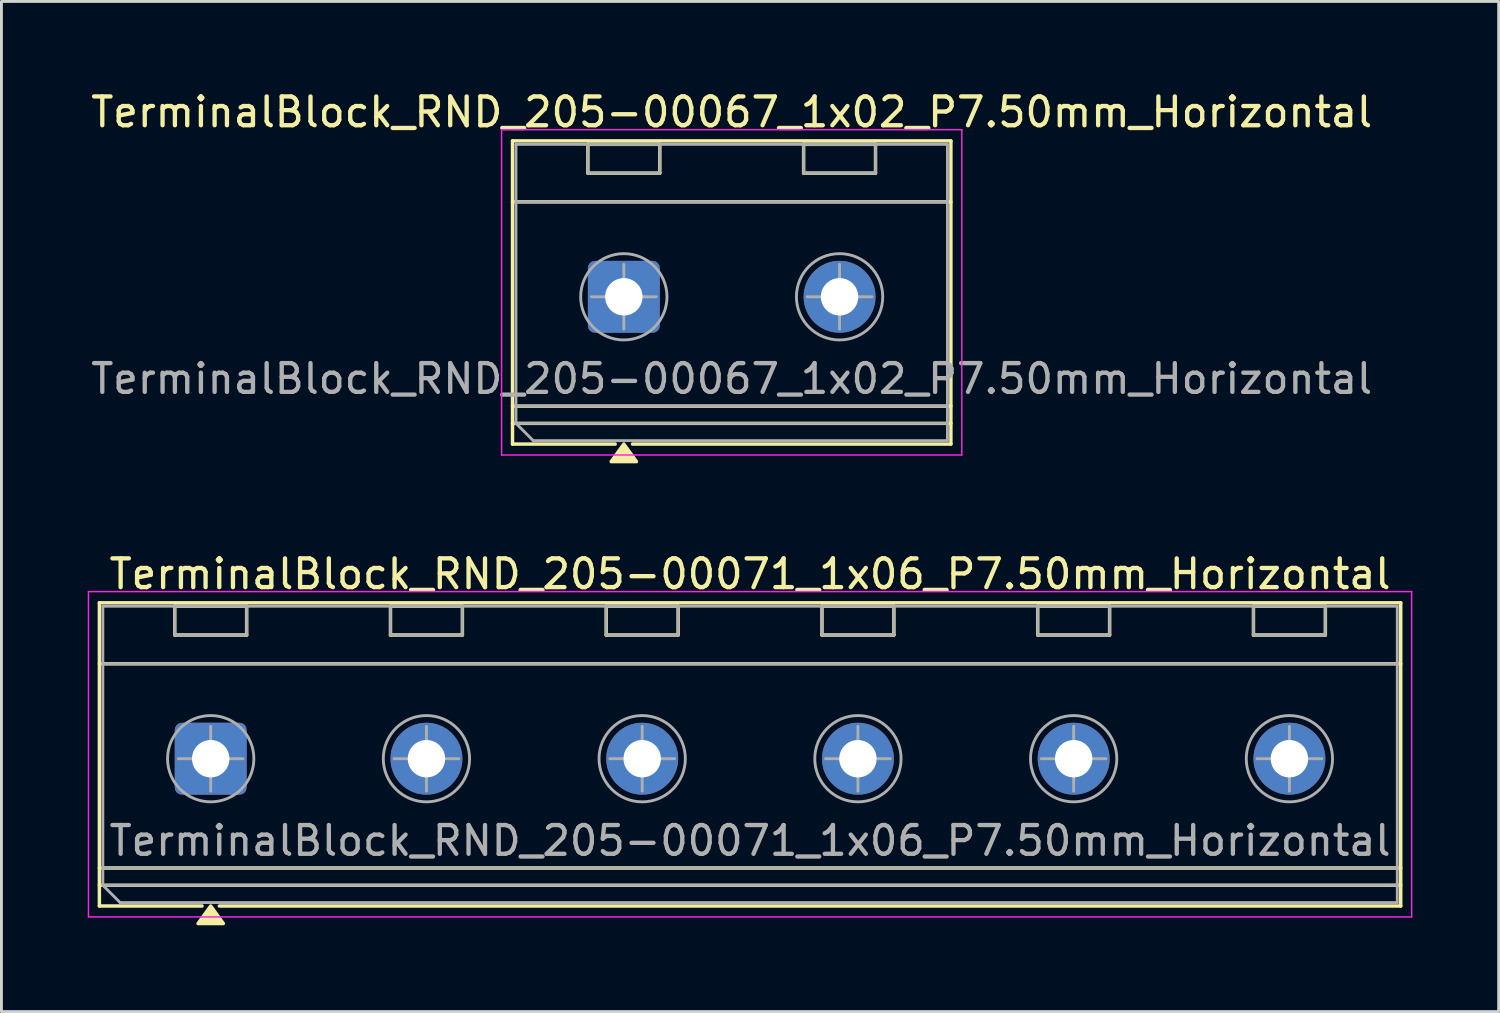
<source format=kicad_pcb>
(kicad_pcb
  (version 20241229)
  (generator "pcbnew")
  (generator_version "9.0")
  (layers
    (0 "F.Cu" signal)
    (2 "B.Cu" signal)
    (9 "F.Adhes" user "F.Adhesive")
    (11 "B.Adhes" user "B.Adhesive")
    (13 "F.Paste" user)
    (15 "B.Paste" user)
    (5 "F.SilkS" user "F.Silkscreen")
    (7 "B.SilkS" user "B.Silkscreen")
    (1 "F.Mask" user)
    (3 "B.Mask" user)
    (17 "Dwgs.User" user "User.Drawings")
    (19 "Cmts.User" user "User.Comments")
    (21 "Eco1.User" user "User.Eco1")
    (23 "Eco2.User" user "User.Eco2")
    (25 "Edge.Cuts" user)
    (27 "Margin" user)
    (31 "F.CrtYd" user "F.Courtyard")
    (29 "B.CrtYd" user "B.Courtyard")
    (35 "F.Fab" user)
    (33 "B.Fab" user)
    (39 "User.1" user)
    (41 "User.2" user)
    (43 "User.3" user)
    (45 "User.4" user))
  (footprint "TerminalBlock_RND_205-00067_1x02_P7.50mm_Horizontal"
    (layer "F.Cu")
    (at 18.637 7.268)
    (property "Reference" "TerminalBlock_RND_205-00067_1x02_P7.50mm_Horizontal" (at 3.75 -6.42 0) (layer "F.SilkS") (effects (font (size 1 1) (thickness 0.15))))
    (attr through_hole)
    (fp_line (start -3.87 -5.42) (end 11.37 -5.42) (stroke (width 0.12) (type solid)) (layer "F.SilkS"))
    (fp_line (start -3.87 -3.3) (end 11.37 -3.3) (stroke (width 0.12) (type solid)) (layer "F.SilkS"))
    (fp_line (start -3.87 3.8) (end 11.37 3.8) (stroke (width 0.12) (type solid)) (layer "F.SilkS"))
    (fp_line (start -3.87 4.4) (end 11.37 4.4) (stroke (width 0.12) (type solid)) (layer "F.SilkS"))
    (fp_line (start -3.87 5.12) (end -3.87 -5.42) (stroke (width 0.12) (type solid)) (layer "F.SilkS"))
    (fp_line (start -1.25 -5.3) (end 1.25 -5.3) (stroke (width 0.12) (type solid)) (layer "F.SilkS"))
    (fp_line (start -1.25 -4.3) (end -1.25 -5.3) (stroke (width 0.12) (type solid)) (layer "F.SilkS"))
    (fp_line (start -0.3 5.12) (end -3.87 5.12) (stroke (width 0.12) (type solid)) (layer "F.SilkS"))
    (fp_line (start 1.25 -5.3) (end 1.25 -4.3) (stroke (width 0.12) (type solid)) (layer "F.SilkS"))
    (fp_line (start 1.25 -4.3) (end -1.25 -4.3) (stroke (width 0.12) (type solid)) (layer "F.SilkS"))
    (fp_line (start 6.25 -5.3) (end 8.75 -5.3) (stroke (width 0.12) (type solid)) (layer "F.SilkS"))
    (fp_line (start 6.25 -4.3) (end 6.25 -5.3) (stroke (width 0.12) (type solid)) (layer "F.SilkS"))
    (fp_line (start 8.75 -5.3) (end 8.75 -4.3) (stroke (width 0.12) (type solid)) (layer "F.SilkS"))
    (fp_line (start 8.75 -4.3) (end 6.25 -4.3) (stroke (width 0.12) (type solid)) (layer "F.SilkS"))
    (fp_line (start 11.37 -5.42) (end 11.37 5.12) (stroke (width 0.12) (type solid)) (layer "F.SilkS"))
    (fp_line (start 11.37 5.12) (end 0.3 5.12) (stroke (width 0.12) (type solid)) (layer "F.SilkS"))
    (fp_poly (pts (xy 0 5.12) (xy 0.44 5.73) (xy -0.44 5.73)) (stroke (width 0.12) (type solid)) (fill yes) (layer "F.SilkS"))
    (fp_line (start -4.25 -5.81) (end -4.25 5.5) (stroke (width 0.05) (type solid)) (layer "F.CrtYd"))
    (fp_line (start -4.25 5.5) (end 11.75 5.5) (stroke (width 0.05) (type solid)) (layer "F.CrtYd"))
    (fp_line (start 11.75 -5.81) (end -4.25 -5.81) (stroke (width 0.05) (type solid)) (layer "F.CrtYd"))
    (fp_line (start 11.75 5.5) (end 11.75 -5.81) (stroke (width 0.05) (type solid)) (layer "F.CrtYd"))
    (fp_line (start -3.75 -5.3) (end 11.25 -5.3) (stroke (width 0.1) (type solid)) (layer "F.Fab"))
    (fp_line (start -3.75 -3.3) (end 11.25 -3.3) (stroke (width 0.1) (type solid)) (layer "F.Fab"))
    (fp_line (start -3.75 3.8) (end 11.25 3.8) (stroke (width 0.1) (type solid)) (layer "F.Fab"))
    (fp_line (start -3.75 4.4) (end -3.75 -5.3) (stroke (width 0.1) (type solid)) (layer "F.Fab"))
    (fp_line (start -3.75 4.4) (end 11.25 4.4) (stroke (width 0.1) (type solid)) (layer "F.Fab"))
    (fp_line (start -3.15 5) (end -3.75 4.4) (stroke (width 0.1) (type solid)) (layer "F.Fab"))
    (fp_line (start -1.25 -5.3) (end -1.25 -4.3) (stroke (width 0.1) (type solid)) (layer "F.Fab"))
    (fp_line (start -1.25 -4.3) (end 1.25 -4.3) (stroke (width 0.1) (type solid)) (layer "F.Fab"))
    (fp_line (start -1.125 0) (end 1.125 0) (stroke (width 0.1) (type solid)) (layer "F.Fab"))
    (fp_line (start 0 -1.125) (end 0 1.125) (stroke (width 0.1) (type solid)) (layer "F.Fab"))
    (fp_line (start 1.25 -5.3) (end -1.25 -5.3) (stroke (width 0.1) (type solid)) (layer "F.Fab"))
    (fp_line (start 1.25 -4.3) (end 1.25 -5.3) (stroke (width 0.1) (type solid)) (layer "F.Fab"))
    (fp_line (start 6.25 -5.3) (end 6.25 -4.3) (stroke (width 0.1) (type solid)) (layer "F.Fab"))
    (fp_line (start 6.25 -4.3) (end 8.75 -4.3) (stroke (width 0.1) (type solid)) (layer "F.Fab"))
    (fp_line (start 6.375 0) (end 8.625 0) (stroke (width 0.1) (type solid)) (layer "F.Fab"))
    (fp_line (start 7.5 -1.125) (end 7.5 1.125) (stroke (width 0.1) (type solid)) (layer "F.Fab"))
    (fp_line (start 8.75 -5.3) (end 6.25 -5.3) (stroke (width 0.1) (type solid)) (layer "F.Fab"))
    (fp_line (start 8.75 -4.3) (end 8.75 -5.3) (stroke (width 0.1) (type solid)) (layer "F.Fab"))
    (fp_line (start 11.25 -5.3) (end 11.25 5) (stroke (width 0.1) (type solid)) (layer "F.Fab"))
    (fp_line (start 11.25 5) (end -3.15 5) (stroke (width 0.1) (type solid)) (layer "F.Fab"))
    (fp_circle (center 0 0) (end 1.5 0) (stroke (width 0.1) (type solid)) (fill no) (layer "F.Fab"))
    (fp_circle (center 7.5 0) (end 9 0) (stroke (width 0.1) (type solid)) (fill no) (layer "F.Fab"))
    (fp_text user "${REFERENCE}" (at 3.75 2.85 0) (layer "F.Fab") (effects (font (size 1 1) (thickness 0.15))))
    (pad "1" thru_hole roundrect (at 0 0) (size 2.5 2.5) (drill 1.3) (layers "*.Cu" "*.Mask") (roundrect_rratio 0.1))
    (pad "2" thru_hole circle (at 7.5 0) (size 2.5 2.5) (drill 1.3) (layers "*.Cu" "*.Mask")))
  (footprint "TerminalBlock_RND_205-00071_1x06_P7.50mm_Horizontal"
    (layer "F.Cu")
    (at 4.275 23.326)
    (property "Reference" "TerminalBlock_RND_205-00071_1x06_P7.50mm_Horizontal" (at 18.75 -6.42 0) (layer "F.SilkS") (effects (font (size 1 1) (thickness 0.15))))
    (attr through_hole)
    (fp_line (start -3.87 -5.42) (end 41.37 -5.42) (stroke (width 0.12) (type solid)) (layer "F.SilkS"))
    (fp_line (start -3.87 -3.3) (end 41.37 -3.3) (stroke (width 0.12) (type solid)) (layer "F.SilkS"))
    (fp_line (start -3.87 3.8) (end 41.37 3.8) (stroke (width 0.12) (type solid)) (layer "F.SilkS"))
    (fp_line (start -3.87 4.4) (end 41.37 4.4) (stroke (width 0.12) (type solid)) (layer "F.SilkS"))
    (fp_line (start -3.87 5.12) (end -3.87 -5.42) (stroke (width 0.12) (type solid)) (layer "F.SilkS"))
    (fp_line (start -1.25 -5.3) (end 1.25 -5.3) (stroke (width 0.12) (type solid)) (layer "F.SilkS"))
    (fp_line (start -1.25 -4.3) (end -1.25 -5.3) (stroke (width 0.12) (type solid)) (layer "F.SilkS"))
    (fp_line (start -0.3 5.12) (end -3.87 5.12) (stroke (width 0.12) (type solid)) (layer "F.SilkS"))
    (fp_line (start 1.25 -5.3) (end 1.25 -4.3) (stroke (width 0.12) (type solid)) (layer "F.SilkS"))
    (fp_line (start 1.25 -4.3) (end -1.25 -4.3) (stroke (width 0.12) (type solid)) (layer "F.SilkS"))
    (fp_line (start 6.25 -5.3) (end 8.75 -5.3) (stroke (width 0.12) (type solid)) (layer "F.SilkS"))
    (fp_line (start 6.25 -4.3) (end 6.25 -5.3) (stroke (width 0.12) (type solid)) (layer "F.SilkS"))
    (fp_line (start 8.75 -5.3) (end 8.75 -4.3) (stroke (width 0.12) (type solid)) (layer "F.SilkS"))
    (fp_line (start 8.75 -4.3) (end 6.25 -4.3) (stroke (width 0.12) (type solid)) (layer "F.SilkS"))
    (fp_line (start 13.75 -5.3) (end 16.25 -5.3) (stroke (width 0.12) (type solid)) (layer "F.SilkS"))
    (fp_line (start 13.75 -4.3) (end 13.75 -5.3) (stroke (width 0.12) (type solid)) (layer "F.SilkS"))
    (fp_line (start 16.25 -5.3) (end 16.25 -4.3) (stroke (width 0.12) (type solid)) (layer "F.SilkS"))
    (fp_line (start 16.25 -4.3) (end 13.75 -4.3) (stroke (width 0.12) (type solid)) (layer "F.SilkS"))
    (fp_line (start 21.25 -5.3) (end 23.75 -5.3) (stroke (width 0.12) (type solid)) (layer "F.SilkS"))
    (fp_line (start 21.25 -4.3) (end 21.25 -5.3) (stroke (width 0.12) (type solid)) (layer "F.SilkS"))
    (fp_line (start 23.75 -5.3) (end 23.75 -4.3) (stroke (width 0.12) (type solid)) (layer "F.SilkS"))
    (fp_line (start 23.75 -4.3) (end 21.25 -4.3) (stroke (width 0.12) (type solid)) (layer "F.SilkS"))
    (fp_line (start 28.75 -5.3) (end 31.25 -5.3) (stroke (width 0.12) (type solid)) (layer "F.SilkS"))
    (fp_line (start 28.75 -4.3) (end 28.75 -5.3) (stroke (width 0.12) (type solid)) (layer "F.SilkS"))
    (fp_line (start 31.25 -5.3) (end 31.25 -4.3) (stroke (width 0.12) (type solid)) (layer "F.SilkS"))
    (fp_line (start 31.25 -4.3) (end 28.75 -4.3) (stroke (width 0.12) (type solid)) (layer "F.SilkS"))
    (fp_line (start 36.25 -5.3) (end 38.75 -5.3) (stroke (width 0.12) (type solid)) (layer "F.SilkS"))
    (fp_line (start 36.25 -4.3) (end 36.25 -5.3) (stroke (width 0.12) (type solid)) (layer "F.SilkS"))
    (fp_line (start 38.75 -5.3) (end 38.75 -4.3) (stroke (width 0.12) (type solid)) (layer "F.SilkS"))
    (fp_line (start 38.75 -4.3) (end 36.25 -4.3) (stroke (width 0.12) (type solid)) (layer "F.SilkS"))
    (fp_line (start 41.37 -5.42) (end 41.37 5.12) (stroke (width 0.12) (type solid)) (layer "F.SilkS"))
    (fp_line (start 41.37 5.12) (end 0.3 5.12) (stroke (width 0.12) (type solid)) (layer "F.SilkS"))
    (fp_poly (pts (xy 0 5.12) (xy 0.44 5.73) (xy -0.44 5.73)) (stroke (width 0.12) (type solid)) (fill yes) (layer "F.SilkS"))
    (fp_line (start -4.25 -5.81) (end -4.25 5.5) (stroke (width 0.05) (type solid)) (layer "F.CrtYd"))
    (fp_line (start -4.25 5.5) (end 41.75 5.5) (stroke (width 0.05) (type solid)) (layer "F.CrtYd"))
    (fp_line (start 41.75 -5.81) (end -4.25 -5.81) (stroke (width 0.05) (type solid)) (layer "F.CrtYd"))
    (fp_line (start 41.75 5.5) (end 41.75 -5.81) (stroke (width 0.05) (type solid)) (layer "F.CrtYd"))
    (fp_line (start -3.75 -5.3) (end 41.25 -5.3) (stroke (width 0.1) (type solid)) (layer "F.Fab"))
    (fp_line (start -3.75 -3.3) (end 41.25 -3.3) (stroke (width 0.1) (type solid)) (layer "F.Fab"))
    (fp_line (start -3.75 3.8) (end 41.25 3.8) (stroke (width 0.1) (type solid)) (layer "F.Fab"))
    (fp_line (start -3.75 4.4) (end -3.75 -5.3) (stroke (width 0.1) (type solid)) (layer "F.Fab"))
    (fp_line (start -3.75 4.4) (end 41.25 4.4) (stroke (width 0.1) (type solid)) (layer "F.Fab"))
    (fp_line (start -3.15 5) (end -3.75 4.4) (stroke (width 0.1) (type solid)) (layer "F.Fab"))
    (fp_line (start -1.25 -5.3) (end -1.25 -4.3) (stroke (width 0.1) (type solid)) (layer "F.Fab"))
    (fp_line (start -1.25 -4.3) (end 1.25 -4.3) (stroke (width 0.1) (type solid)) (layer "F.Fab"))
    (fp_line (start -1.125 0) (end 1.125 0) (stroke (width 0.1) (type solid)) (layer "F.Fab"))
    (fp_line (start 0 -1.125) (end 0 1.125) (stroke (width 0.1) (type solid)) (layer "F.Fab"))
    (fp_line (start 1.25 -5.3) (end -1.25 -5.3) (stroke (width 0.1) (type solid)) (layer "F.Fab"))
    (fp_line (start 1.25 -4.3) (end 1.25 -5.3) (stroke (width 0.1) (type solid)) (layer "F.Fab"))
    (fp_line (start 6.25 -5.3) (end 6.25 -4.3) (stroke (width 0.1) (type solid)) (layer "F.Fab"))
    (fp_line (start 6.25 -4.3) (end 8.75 -4.3) (stroke (width 0.1) (type solid)) (layer "F.Fab"))
    (fp_line (start 6.375 0) (end 8.625 0) (stroke (width 0.1) (type solid)) (layer "F.Fab"))
    (fp_line (start 7.5 -1.125) (end 7.5 1.125) (stroke (width 0.1) (type solid)) (layer "F.Fab"))
    (fp_line (start 8.75 -5.3) (end 6.25 -5.3) (stroke (width 0.1) (type solid)) (layer "F.Fab"))
    (fp_line (start 8.75 -4.3) (end 8.75 -5.3) (stroke (width 0.1) (type solid)) (layer "F.Fab"))
    (fp_line (start 13.75 -5.3) (end 13.75 -4.3) (stroke (width 0.1) (type solid)) (layer "F.Fab"))
    (fp_line (start 13.75 -4.3) (end 16.25 -4.3) (stroke (width 0.1) (type solid)) (layer "F.Fab"))
    (fp_line (start 13.875 0) (end 16.125 0) (stroke (width 0.1) (type solid)) (layer "F.Fab"))
    (fp_line (start 15 -1.125) (end 15 1.125) (stroke (width 0.1) (type solid)) (layer "F.Fab"))
    (fp_line (start 16.25 -5.3) (end 13.75 -5.3) (stroke (width 0.1) (type solid)) (layer "F.Fab"))
    (fp_line (start 16.25 -4.3) (end 16.25 -5.3) (stroke (width 0.1) (type solid)) (layer "F.Fab"))
    (fp_line (start 21.25 -5.3) (end 21.25 -4.3) (stroke (width 0.1) (type solid)) (layer "F.Fab"))
    (fp_line (start 21.25 -4.3) (end 23.75 -4.3) (stroke (width 0.1) (type solid)) (layer "F.Fab"))
    (fp_line (start 21.375 0) (end 23.625 0) (stroke (width 0.1) (type solid)) (layer "F.Fab"))
    (fp_line (start 22.5 -1.125) (end 22.5 1.125) (stroke (width 0.1) (type solid)) (layer "F.Fab"))
    (fp_line (start 23.75 -5.3) (end 21.25 -5.3) (stroke (width 0.1) (type solid)) (layer "F.Fab"))
    (fp_line (start 23.75 -4.3) (end 23.75 -5.3) (stroke (width 0.1) (type solid)) (layer "F.Fab"))
    (fp_line (start 28.75 -5.3) (end 28.75 -4.3) (stroke (width 0.1) (type solid)) (layer "F.Fab"))
    (fp_line (start 28.75 -4.3) (end 31.25 -4.3) (stroke (width 0.1) (type solid)) (layer "F.Fab"))
    (fp_line (start 28.875 0) (end 31.125 0) (stroke (width 0.1) (type solid)) (layer "F.Fab"))
    (fp_line (start 30 -1.125) (end 30 1.125) (stroke (width 0.1) (type solid)) (layer "F.Fab"))
    (fp_line (start 31.25 -5.3) (end 28.75 -5.3) (stroke (width 0.1) (type solid)) (layer "F.Fab"))
    (fp_line (start 31.25 -4.3) (end 31.25 -5.3) (stroke (width 0.1) (type solid)) (layer "F.Fab"))
    (fp_line (start 36.25 -5.3) (end 36.25 -4.3) (stroke (width 0.1) (type solid)) (layer "F.Fab"))
    (fp_line (start 36.25 -4.3) (end 38.75 -4.3) (stroke (width 0.1) (type solid)) (layer "F.Fab"))
    (fp_line (start 36.375 0) (end 38.625 0) (stroke (width 0.1) (type solid)) (layer "F.Fab"))
    (fp_line (start 37.5 -1.125) (end 37.5 1.125) (stroke (width 0.1) (type solid)) (layer "F.Fab"))
    (fp_line (start 38.75 -5.3) (end 36.25 -5.3) (stroke (width 0.1) (type solid)) (layer "F.Fab"))
    (fp_line (start 38.75 -4.3) (end 38.75 -5.3) (stroke (width 0.1) (type solid)) (layer "F.Fab"))
    (fp_line (start 41.25 -5.3) (end 41.25 5) (stroke (width 0.1) (type solid)) (layer "F.Fab"))
    (fp_line (start 41.25 5) (end -3.15 5) (stroke (width 0.1) (type solid)) (layer "F.Fab"))
    (fp_circle (center 0 0) (end 1.5 0) (stroke (width 0.1) (type solid)) (fill no) (layer "F.Fab"))
    (fp_circle (center 7.5 0) (end 9 0) (stroke (width 0.1) (type solid)) (fill no) (layer "F.Fab"))
    (fp_circle (center 15 0) (end 16.5 0) (stroke (width 0.1) (type solid)) (fill no) (layer "F.Fab"))
    (fp_circle (center 22.5 0) (end 24 0) (stroke (width 0.1) (type solid)) (fill no) (layer "F.Fab"))
    (fp_circle (center 30 0) (end 31.5 0) (stroke (width 0.1) (type solid)) (fill no) (layer "F.Fab"))
    (fp_circle (center 37.5 0) (end 39 0) (stroke (width 0.1) (type solid)) (fill no) (layer "F.Fab"))
    (fp_text user "${REFERENCE}" (at 18.75 2.85 0) (layer "F.Fab") (effects (font (size 1 1) (thickness 0.15))))
    (pad "1" thru_hole roundrect (at 0 0) (size 2.5 2.5) (drill 1.3) (layers "*.Cu" "*.Mask") (roundrect_rratio 0.1))
    (pad "2" thru_hole circle (at 7.5 0) (size 2.5 2.5) (drill 1.3) (layers "*.Cu" "*.Mask"))
    (pad "3" thru_hole circle (at 15 0) (size 2.5 2.5) (drill 1.3) (layers "*.Cu" "*.Mask"))
    (pad "4" thru_hole circle (at 22.5 0) (size 2.5 2.5) (drill 1.3) (layers "*.Cu" "*.Mask"))
    (pad "5" thru_hole circle (at 30 0) (size 2.5 2.5) (drill 1.3) (layers "*.Cu" "*.Mask"))
    (pad "6" thru_hole circle (at 37.5 0) (size 2.5 2.5) (drill 1.3) (layers "*.Cu" "*.Mask")))
  (gr_rect
    (start -3 -3)
    (end 49.05 32.117)
    (stroke (width 0.1) (type default))
    (fill no)
    (layer "Edge.Cuts")))
</source>
